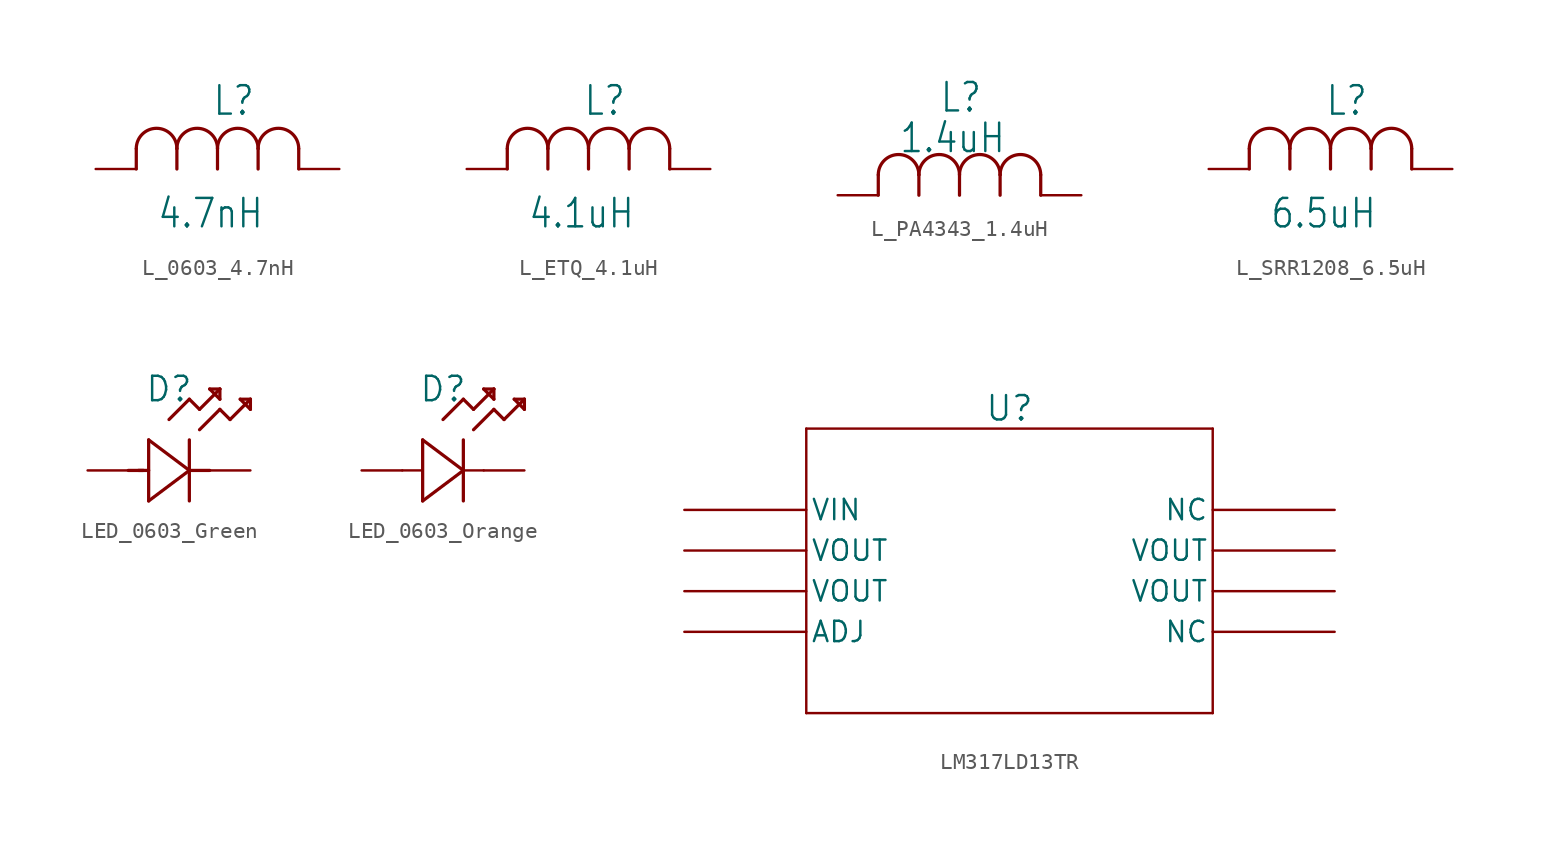
<source format=kicad_sym>
(kicad_symbol_lib
  (version 20220914)
  (generator kicad_symbol_editor)
  (symbol "L_0603_4.7nH"
    (pin_numbers hide)
    (pin_names hide)
    (property "Reference" "L"
      (at -0.345 3.24 0)
      (effects (font (size 1.778 1.511)) (justify left bottom)))
    (property "Value" "4.7nH"
      (at -3.81 -3.81 0)
      (effects (font (size 1.778 1.511)) (justify left bottom)))
    (symbol "L_0603_4.7nH_1_0"
      (pin passive line (at -7.62 0 0) (length 2.54) (name "1" (effects (font (size 0 0)))) (number "1" (effects (font (size 0 0)))))
      (pin passive line (at 7.62 0 180) (length 2.54) (name "2" (effects (font (size 0 0)))) (number "2" (effects (font (size 0 0))))))
    (symbol "L_0603_4.7nH_1_1"
      (arc (start -2.54 1.2755) (mid -3.81 2.54) (end -5.08 1.2755) (stroke (width 0.2032) (type solid)) (fill (type none)))
      (polyline (pts (xy -5.08 0) (xy -5.08 1.27)) (stroke (width 0.203) (type solid)) (fill (type none)))
      (polyline (pts (xy -2.54 0) (xy -2.54 1.27)) (stroke (width 0.203) (type solid)) (fill (type none)))
      (polyline (pts (xy 0 0) (xy 0 1.27)) (stroke (width 0.203) (type solid)) (fill (type none)))
      (polyline (pts (xy 2.54 0) (xy 2.54 1.27)) (stroke (width 0.203) (type solid)) (fill (type none)))
      (polyline (pts (xy 5.08 0) (xy 5.08 1.27)) (stroke (width 0.203) (type solid)) (fill (type none)))
      (arc (start 0 1.2755) (mid -1.27 2.54) (end -2.54 1.2755) (stroke (width 0.2032) (type solid)) (fill (type none)))
      (arc (start 2.54 1.2755) (mid 1.27 2.54) (end 0 1.2755) (stroke (width 0.2032) (type solid)) (fill (type none)))
      (arc (start 5.08 1.2755) (mid 3.81 2.54) (end 2.54 1.2755) (stroke (width 0.2032) (type solid)) (fill (type none)))))
  (symbol "L_ETQ_4.1uH"
    (pin_numbers hide)
    (pin_names hide)
    (property "Reference" "L"
      (at -0.345 3.24 0)
      (effects (font (size 1.778 1.511)) (justify left bottom)))
    (property "Value" "4.1uH"
      (at -3.81 -3.81 0)
      (effects (font (size 1.778 1.511)) (justify left bottom)))
    (symbol "L_ETQ_4.1uH_1_0"
      (pin passive line (at -7.62 0 0) (length 2.54) (name "1" (effects (font (size 0 0)))) (number "1" (effects (font (size 0 0)))))
      (pin passive line (at 7.62 0 180) (length 2.54) (name "2" (effects (font (size 0 0)))) (number "2" (effects (font (size 0 0))))))
    (symbol "L_ETQ_4.1uH_1_1"
      (arc (start -2.54 1.2755) (mid -3.81 2.54) (end -5.08 1.2755) (stroke (width 0.2032) (type solid)) (fill (type none)))
      (polyline (pts (xy -5.08 0) (xy -5.08 1.27)) (stroke (width 0.203) (type solid)) (fill (type none)))
      (polyline (pts (xy -2.54 0) (xy -2.54 1.27)) (stroke (width 0.203) (type solid)) (fill (type none)))
      (polyline (pts (xy 0 0) (xy 0 1.27)) (stroke (width 0.203) (type solid)) (fill (type none)))
      (polyline (pts (xy 2.54 0) (xy 2.54 1.27)) (stroke (width 0.203) (type solid)) (fill (type none)))
      (polyline (pts (xy 5.08 0) (xy 5.08 1.27)) (stroke (width 0.203) (type solid)) (fill (type none)))
      (arc (start 0 1.2755) (mid -1.27 2.54) (end -2.54 1.2755) (stroke (width 0.2032) (type solid)) (fill (type none)))
      (arc (start 2.54 1.2755) (mid 1.27 2.54) (end 0 1.2755) (stroke (width 0.2032) (type solid)) (fill (type none)))
      (arc (start 5.08 1.2755) (mid 3.81 2.54) (end 2.54 1.2755) (stroke (width 0.2032) (type solid)) (fill (type none)))))
  (symbol "L_PA4343_1.4uH"
    (pin_numbers hide)
    (pin_names hide)
    (property "Reference" "L"
      (at -1.27 5.08 0)
      (effects (font (size 1.778 1.511)) (justify left bottom)))
    (property "Value" "1.4uH"
      (at -3.81 2.54 0)
      (effects (font (size 1.778 1.511)) (justify left bottom)))
    (symbol "L_PA4343_1.4uH_1_0"
      (pin passive line (at -7.62 0 0) (length 2.54) (name "1" (effects (font (size 0 0)))) (number "1" (effects (font (size 0 0)))))
      (pin passive line (at 7.62 0 180) (length 2.54) (name "2" (effects (font (size 0 0)))) (number "2" (effects (font (size 0 0))))))
    (symbol "L_PA4343_1.4uH_1_1"
      (arc (start -2.54 1.2755) (mid -3.81 2.54) (end -5.08 1.2755) (stroke (width 0.2032) (type solid)) (fill (type none)))
      (polyline (pts (xy -5.08 0) (xy -5.08 1.27)) (stroke (width 0.203) (type solid)) (fill (type none)))
      (polyline (pts (xy -2.54 0) (xy -2.54 1.27)) (stroke (width 0.203) (type solid)) (fill (type none)))
      (polyline (pts (xy 0 0) (xy 0 1.27)) (stroke (width 0.203) (type solid)) (fill (type none)))
      (polyline (pts (xy 2.54 0) (xy 2.54 1.27)) (stroke (width 0.203) (type solid)) (fill (type none)))
      (polyline (pts (xy 5.08 0) (xy 5.08 1.27)) (stroke (width 0.203) (type solid)) (fill (type none)))
      (arc (start 0 1.2755) (mid -1.27 2.54) (end -2.54 1.2755) (stroke (width 0.2032) (type solid)) (fill (type none)))
      (arc (start 2.54 1.2755) (mid 1.27 2.54) (end 0 1.2755) (stroke (width 0.2032) (type solid)) (fill (type none)))
      (arc (start 5.08 1.2755) (mid 3.81 2.54) (end 2.54 1.2755) (stroke (width 0.2032) (type solid)) (fill (type none)))))
  (symbol "L_SRR1208_6.5uH"
    (pin_numbers hide)
    (pin_names hide)
    (property "Reference" "L"
      (at -0.345 3.24 0)
      (effects (font (size 1.778 1.511)) (justify left bottom)))
    (property "Value" "6.5uH"
      (at -3.81 -3.81 0)
      (effects (font (size 1.778 1.511)) (justify left bottom)))
    (symbol "L_SRR1208_6.5uH_1_0"
      (pin passive line (at -7.62 0 0) (length 2.54) (name "1" (effects (font (size 0 0)))) (number "1" (effects (font (size 0 0)))))
      (pin passive line (at 7.62 0 180) (length 2.54) (name "2" (effects (font (size 0 0)))) (number "2" (effects (font (size 0 0))))))
    (symbol "L_SRR1208_6.5uH_1_1"
      (arc (start -2.54 1.2755) (mid -3.81 2.54) (end -5.08 1.2755) (stroke (width 0.2032) (type solid)) (fill (type none)))
      (polyline (pts (xy -5.08 0) (xy -5.08 1.27)) (stroke (width 0.203) (type solid)) (fill (type none)))
      (polyline (pts (xy -2.54 0) (xy -2.54 1.27)) (stroke (width 0.203) (type solid)) (fill (type none)))
      (polyline (pts (xy 0 0) (xy 0 1.27)) (stroke (width 0.203) (type solid)) (fill (type none)))
      (polyline (pts (xy 2.54 0) (xy 2.54 1.27)) (stroke (width 0.203) (type solid)) (fill (type none)))
      (polyline (pts (xy 5.08 0) (xy 5.08 1.27)) (stroke (width 0.203) (type solid)) (fill (type none)))
      (arc (start 0 1.2755) (mid -1.27 2.54) (end -2.54 1.2755) (stroke (width 0.2032) (type solid)) (fill (type none)))
      (arc (start 2.54 1.2755) (mid 1.27 2.54) (end 0 1.2755) (stroke (width 0.2032) (type solid)) (fill (type none)))
      (arc (start 5.08 1.2755) (mid 3.81 2.54) (end 2.54 1.2755) (stroke (width 0.2032) (type solid)) (fill (type none)))))
  (symbol "LED_0603_Green"
    (pin_numbers hide)
    (pin_names hide)
    (property "Reference" "D"
      (at 0 5.08 0)
      (effects (font (size 1.524 1.524))))
    (symbol "LED_0603_Green_1_1"
      (polyline (pts (xy -2.54 0) (xy -1.6 0)) (stroke (width 0.203) (type solid)) (fill (type none)))
      (polyline (pts (xy -1.905 0) (xy -1.27 0)) (stroke (width 0.203) (type solid)) (fill (type none)))
      (polyline (pts (xy -1.27 -1.905) (xy 1.27 0)) (stroke (width 0.203) (type solid)) (fill (type none)))
      (polyline (pts (xy -1.27 1.905) (xy -1.27 -1.905)) (stroke (width 0.203) (type solid)) (fill (type none)))
      (polyline (pts (xy 0 3.175) (xy 1.27 4.445)) (stroke (width 0.203) (type solid)) (fill (type none)))
      (polyline (pts (xy 1.27 -1.905) (xy 1.27 1.905)) (stroke (width 0.203) (type solid)) (fill (type none)))
      (polyline (pts (xy 1.27 0) (xy -1.27 1.905)) (stroke (width 0.203) (type solid)) (fill (type none)))
      (polyline (pts (xy 1.27 0) (xy 2.54 0)) (stroke (width 0.203) (type solid)) (fill (type none)))
      (polyline (pts (xy 1.27 4.445) (xy 1.905 3.81)) (stroke (width 0.203) (type solid)) (fill (type none)))
      (polyline (pts (xy 1.905 2.54) (xy 3.175 3.81)) (stroke (width 0.203) (type solid)) (fill (type none)))
      (polyline (pts (xy 1.905 3.81) (xy 3.175 5.08)) (stroke (width 0.203) (type solid)) (fill (type none)))
      (polyline (pts (xy 2.54 5.08) (xy 3.175 4.445)) (stroke (width 0.203) (type solid)) (fill (type none)))
      (polyline (pts (xy 3.175 3.81) (xy 3.81 3.175)) (stroke (width 0.203) (type solid)) (fill (type none)))
      (polyline (pts (xy 3.175 4.445) (xy 3.175 5.08)) (stroke (width 0.203) (type solid)) (fill (type none)))
      (polyline (pts (xy 3.175 5.08) (xy 2.54 5.08)) (stroke (width 0.203) (type solid)) (fill (type none)))
      (polyline (pts (xy 3.81 3.175) (xy 5.08 4.445)) (stroke (width 0.203) (type solid)) (fill (type none)))
      (polyline (pts (xy 4.445 4.445) (xy 5.08 3.81)) (stroke (width 0.203) (type solid)) (fill (type none)))
      (polyline (pts (xy 5.08 3.81) (xy 5.08 4.445)) (stroke (width 0.203) (type solid)) (fill (type none)))
      (polyline (pts (xy 5.08 4.445) (xy 4.445 4.445)) (stroke (width 0.203) (type solid)) (fill (type none)))
      (pin passive line (at 5.08 0 180) (length 2.54) (name "1" (effects (font (size 1.499 1.499)))) (number "1" (effects (font (size 1.499 1.499)))))
      (pin passive line (at -5.08 0 0) (length 2.54) (name "2" (effects (font (size 1.499 1.499)))) (number "2" (effects (font (size 1.499 1.499)))))))
  (symbol "LED_0603_Orange"
    (pin_numbers hide)
    (pin_names hide)
    (property "Reference" "D"
      (at 0 5.08 0)
      (effects (font (size 1.524 1.524))))
    (symbol "LED_0603_Orange_1_1"
      (polyline (pts (xy -2.54 0) (xy -1.27 0)) (stroke (width 0.152) (type solid)) (fill (type none)))
      (polyline (pts (xy -1.27 -1.905) (xy 1.27 0)) (stroke (width 0.203) (type solid)) (fill (type none)))
      (polyline (pts (xy -1.27 1.905) (xy -1.27 -1.905)) (stroke (width 0.203) (type solid)) (fill (type none)))
      (polyline (pts (xy 0 3.175) (xy 1.27 4.445)) (stroke (width 0.203) (type solid)) (fill (type none)))
      (polyline (pts (xy 1.27 -1.905) (xy 1.27 1.905)) (stroke (width 0.203) (type solid)) (fill (type none)))
      (polyline (pts (xy 1.27 0) (xy -1.27 1.905)) (stroke (width 0.203) (type solid)) (fill (type none)))
      (polyline (pts (xy 1.27 0) (xy 2.54 0)) (stroke (width 0.152) (type solid)) (fill (type none)))
      (polyline (pts (xy 1.27 4.445) (xy 1.905 3.81)) (stroke (width 0.203) (type solid)) (fill (type none)))
      (polyline (pts (xy 1.905 2.54) (xy 3.175 3.81)) (stroke (width 0.203) (type solid)) (fill (type none)))
      (polyline (pts (xy 1.905 3.81) (xy 3.175 5.08)) (stroke (width 0.203) (type solid)) (fill (type none)))
      (polyline (pts (xy 2.54 5.08) (xy 3.175 4.445)) (stroke (width 0.203) (type solid)) (fill (type none)))
      (polyline (pts (xy 3.175 3.81) (xy 3.81 3.175)) (stroke (width 0.203) (type solid)) (fill (type none)))
      (polyline (pts (xy 3.175 4.445) (xy 3.175 5.08)) (stroke (width 0.203) (type solid)) (fill (type none)))
      (polyline (pts (xy 3.175 5.08) (xy 2.54 5.08)) (stroke (width 0.203) (type solid)) (fill (type none)))
      (polyline (pts (xy 3.81 3.175) (xy 5.08 4.445)) (stroke (width 0.203) (type solid)) (fill (type none)))
      (polyline (pts (xy 4.445 4.445) (xy 5.08 3.81)) (stroke (width 0.203) (type solid)) (fill (type none)))
      (polyline (pts (xy 5.08 3.81) (xy 5.08 4.445)) (stroke (width 0.203) (type solid)) (fill (type none)))
      (polyline (pts (xy 5.08 4.445) (xy 4.445 4.445)) (stroke (width 0.203) (type solid)) (fill (type none)))
      (pin passive line (at 5.08 0 180) (length 2.54) (name "1" (effects (font (size 1.499 1.499)))) (number "1" (effects (font (size 1.499 1.499)))))
      (pin passive line (at -5.08 0 0) (length 2.54) (name "2" (effects (font (size 1.499 1.499)))) (number "2" (effects (font (size 1.499 1.499)))))))
  (symbol "LM317LD13TR"
    (pin_numbers hide)
    (pin_names
      (offset 0.254))
    (property "Reference" "U"
      (at 20.32 6.35 0)
      (effects (font (size 1.524 1.524))))
    (symbol "LM317LD13TR_0_1"
      (polyline (pts (xy 7.62 -12.7) (xy 33.02 -12.7)) (stroke (width 0.152) (type default)) (fill (type none)))
      (polyline (pts (xy 7.62 5.08) (xy 7.62 -12.7)) (stroke (width 0.152) (type default)) (fill (type none)))
      (polyline (pts (xy 33.02 -12.7) (xy 33.02 5.08)) (stroke (width 0.152) (type default)) (fill (type none)))
      (polyline (pts (xy 33.02 5.08) (xy 7.62 5.08)) (stroke (width 0.152) (type default)) (fill (type none)))
      (pin passive line (at 0 0 0) (length 7.62) (name "VIN" (effects (font (size 1.27 1.27)))) (number "1" (effects (font (size 1.27 1.27)))))
      (pin passive line (at 0 -2.54 0) (length 7.62) (name "VOUT" (effects (font (size 1.27 1.27)))) (number "2" (effects (font (size 1.27 1.27)))))
      (pin passive line (at 0 -5.08 0) (length 7.62) (name "VOUT" (effects (font (size 1.27 1.27)))) (number "3" (effects (font (size 1.27 1.27)))))
      (pin passive line (at 0 -7.62 0) (length 7.62) (name "ADJ" (effects (font (size 1.27 1.27)))) (number "4" (effects (font (size 1.27 1.27)))))
      (pin passive line (at 40.64 -7.62 180) (length 7.62) (name "NC" (effects (font (size 1.27 1.27)))) (number "5" (effects (font (size 1.27 1.27)))))
      (pin passive line (at 40.64 -5.08 180) (length 7.62) (name "VOUT" (effects (font (size 1.27 1.27)))) (number "6" (effects (font (size 1.27 1.27)))))
      (pin passive line (at 40.64 -2.54 180) (length 7.62) (name "VOUT" (effects (font (size 1.27 1.27)))) (number "7" (effects (font (size 1.27 1.27)))))
      (pin passive line (at 40.64 0 180) (length 7.62) (name "NC" (effects (font (size 1.27 1.27)))) (number "8" (effects (font (size 1.27 1.27))))))))
</source>
